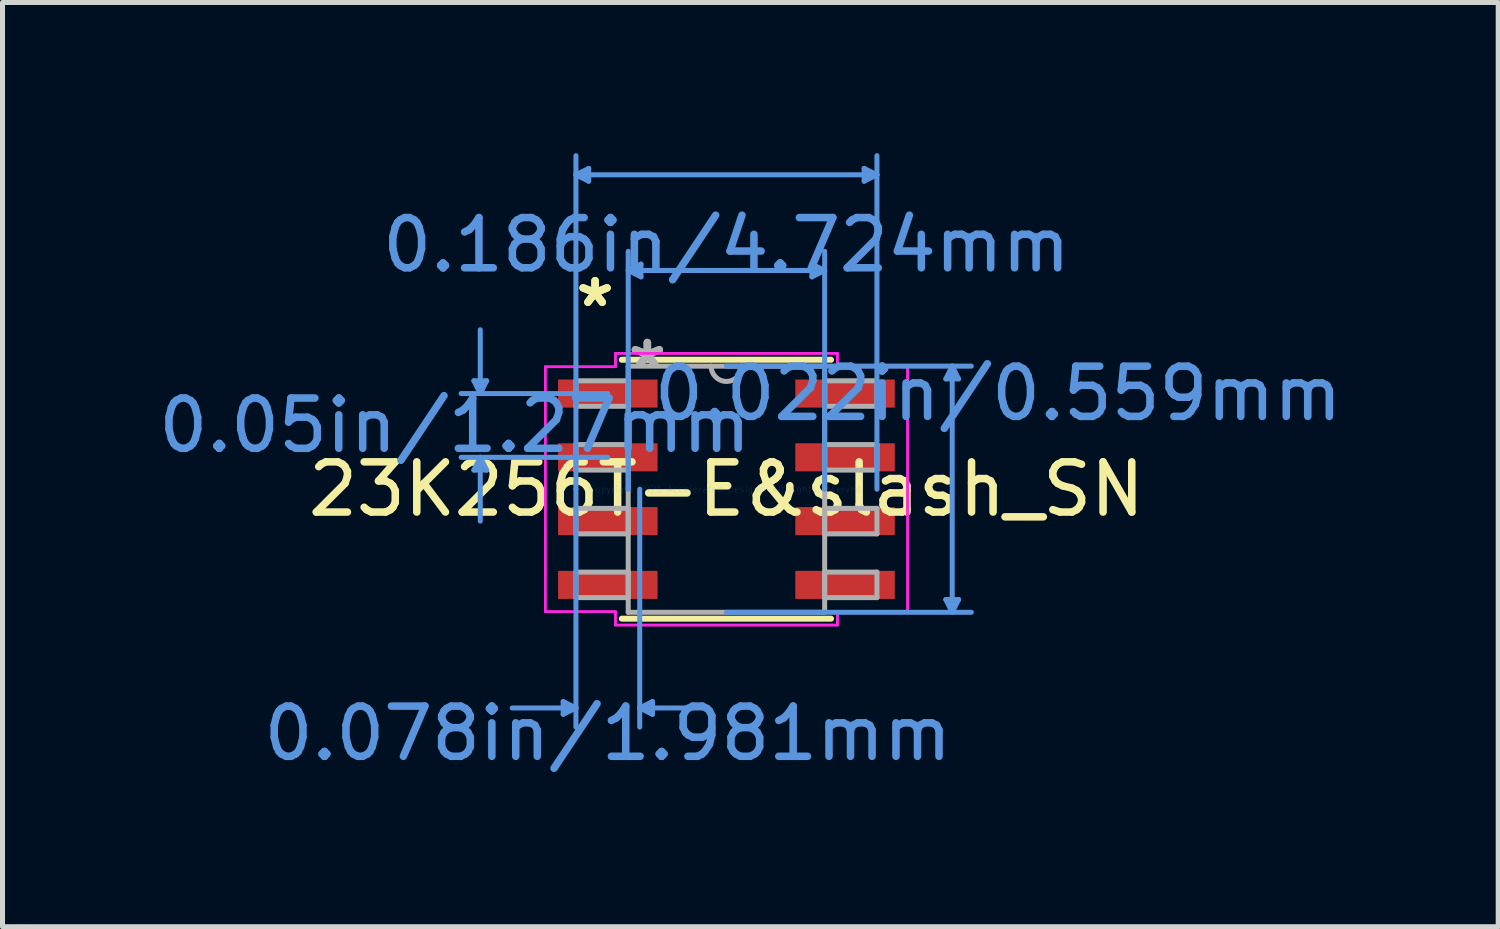
<source format=kicad_pcb>
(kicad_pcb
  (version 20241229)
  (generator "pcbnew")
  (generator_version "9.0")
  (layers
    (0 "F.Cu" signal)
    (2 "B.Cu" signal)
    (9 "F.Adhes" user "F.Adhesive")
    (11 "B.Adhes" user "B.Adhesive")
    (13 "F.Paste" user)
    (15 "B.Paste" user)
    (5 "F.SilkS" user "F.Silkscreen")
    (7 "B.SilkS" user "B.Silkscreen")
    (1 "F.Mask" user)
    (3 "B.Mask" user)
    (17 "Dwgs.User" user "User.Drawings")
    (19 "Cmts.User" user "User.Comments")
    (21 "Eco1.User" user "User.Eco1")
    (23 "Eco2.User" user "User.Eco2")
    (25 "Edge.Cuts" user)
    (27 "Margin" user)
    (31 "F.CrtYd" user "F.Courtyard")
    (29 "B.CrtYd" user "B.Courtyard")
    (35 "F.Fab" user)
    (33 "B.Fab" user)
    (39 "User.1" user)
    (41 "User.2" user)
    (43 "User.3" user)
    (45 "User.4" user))
  (footprint "23K256T-E&slash_SN"
    (layer "F.Cu")
    (at 11.416 6.692)
    (property "Reference" "23K256T-E&slash_SN" (at 0 0 0) (layer "F.SilkS") (effects (font (size 1 1) (thickness 0.15))))
    (attr through_hole)
    (fp_line (start -2.083 2.578) (end 2.083 2.578) (stroke (width 0.12) (type solid)) (layer "F.SilkS"))
    (fp_line (start 2.083 -2.578) (end -2.083 -2.578) (stroke (width 0.12) (type solid)) (layer "F.SilkS"))
    (fp_line (start -5.029 -2.159) (end -4.775 -2.159) (stroke (width 0.1) (type solid)) (layer "Cmts.User"))
    (fp_line (start -5.029 -0.381) (end -4.775 -0.381) (stroke (width 0.1) (type solid)) (layer "Cmts.User"))
    (fp_line (start -4.902 -1.905) (end -5.029 -2.159) (stroke (width 0.1) (type solid)) (layer "Cmts.User"))
    (fp_line (start -4.902 -1.905) (end -4.902 -3.175) (stroke (width 0.1) (type solid)) (layer "Cmts.User"))
    (fp_line (start -4.902 -1.905) (end -4.775 -2.159) (stroke (width 0.1) (type solid)) (layer "Cmts.User"))
    (fp_line (start -4.902 -0.635) (end -5.029 -0.381) (stroke (width 0.1) (type solid)) (layer "Cmts.User"))
    (fp_line (start -4.902 -0.635) (end -4.902 0.635) (stroke (width 0.1) (type solid)) (layer "Cmts.User"))
    (fp_line (start -4.902 -0.635) (end -4.775 -0.381) (stroke (width 0.1) (type solid)) (layer "Cmts.User"))
    (fp_line (start -3.251 4.229) (end -3.251 4.483) (stroke (width 0.1) (type solid)) (layer "Cmts.User"))
    (fp_line (start -2.997 -6.261) (end -2.743 -6.388) (stroke (width 0.1) (type solid)) (layer "Cmts.User"))
    (fp_line (start -2.997 -6.261) (end -2.743 -6.134) (stroke (width 0.1) (type solid)) (layer "Cmts.User"))
    (fp_line (start -2.997 -6.261) (end 2.997 -6.261) (stroke (width 0.1) (type solid)) (layer "Cmts.User"))
    (fp_line (start -2.997 0) (end -2.997 -6.642) (stroke (width 0.1) (type solid)) (layer "Cmts.User"))
    (fp_line (start -2.997 0) (end -2.997 4.737) (stroke (width 0.1) (type solid)) (layer "Cmts.User"))
    (fp_line (start -2.997 4.356) (end -4.267 4.356) (stroke (width 0.1) (type solid)) (layer "Cmts.User"))
    (fp_line (start -2.997 4.356) (end -3.251 4.229) (stroke (width 0.1) (type solid)) (layer "Cmts.User"))
    (fp_line (start -2.997 4.356) (end -3.251 4.483) (stroke (width 0.1) (type solid)) (layer "Cmts.User"))
    (fp_line (start -2.743 -6.388) (end -2.743 -6.134) (stroke (width 0.1) (type solid)) (layer "Cmts.User"))
    (fp_line (start -2.362 -1.905) (end -5.283 -1.905) (stroke (width 0.1) (type solid)) (layer "Cmts.User"))
    (fp_line (start -2.362 -0.635) (end -5.283 -0.635) (stroke (width 0.1) (type solid)) (layer "Cmts.User"))
    (fp_line (start -1.956 -4.356) (end -1.702 -4.483) (stroke (width 0.1) (type solid)) (layer "Cmts.User"))
    (fp_line (start -1.956 -4.356) (end -1.702 -4.229) (stroke (width 0.1) (type solid)) (layer "Cmts.User"))
    (fp_line (start -1.956 -4.356) (end 1.956 -4.356) (stroke (width 0.1) (type solid)) (layer "Cmts.User"))
    (fp_line (start -1.956 0) (end -1.956 -4.737) (stroke (width 0.1) (type solid)) (layer "Cmts.User"))
    (fp_line (start -1.727 0) (end -1.727 4.737) (stroke (width 0.1) (type solid)) (layer "Cmts.User"))
    (fp_line (start -1.727 4.356) (end -1.473 4.229) (stroke (width 0.1) (type solid)) (layer "Cmts.User"))
    (fp_line (start -1.727 4.356) (end -1.473 4.483) (stroke (width 0.1) (type solid)) (layer "Cmts.User"))
    (fp_line (start -1.727 4.356) (end -0.457 4.356) (stroke (width 0.1) (type solid)) (layer "Cmts.User"))
    (fp_line (start -1.702 -4.483) (end -1.702 -4.229) (stroke (width 0.1) (type solid)) (layer "Cmts.User"))
    (fp_line (start -1.473 4.229) (end -1.473 4.483) (stroke (width 0.1) (type solid)) (layer "Cmts.User"))
    (fp_line (start 0 -2.451) (end 4.877 -2.451) (stroke (width 0.1) (type solid)) (layer "Cmts.User"))
    (fp_line (start 0 2.451) (end 4.877 2.451) (stroke (width 0.1) (type solid)) (layer "Cmts.User"))
    (fp_line (start 1.702 -4.483) (end 1.702 -4.229) (stroke (width 0.1) (type solid)) (layer "Cmts.User"))
    (fp_line (start 1.956 -4.356) (end 1.702 -4.483) (stroke (width 0.1) (type solid)) (layer "Cmts.User"))
    (fp_line (start 1.956 -4.356) (end 1.702 -4.229) (stroke (width 0.1) (type solid)) (layer "Cmts.User"))
    (fp_line (start 1.956 0) (end 1.956 -4.737) (stroke (width 0.1) (type solid)) (layer "Cmts.User"))
    (fp_line (start 2.743 -6.388) (end 2.743 -6.134) (stroke (width 0.1) (type solid)) (layer "Cmts.User"))
    (fp_line (start 2.997 -6.261) (end 2.743 -6.388) (stroke (width 0.1) (type solid)) (layer "Cmts.User"))
    (fp_line (start 2.997 -6.261) (end 2.743 -6.134) (stroke (width 0.1) (type solid)) (layer "Cmts.User"))
    (fp_line (start 2.997 0) (end 2.997 -6.642) (stroke (width 0.1) (type solid)) (layer "Cmts.User"))
    (fp_line (start 4.369 -2.197) (end 4.623 -2.197) (stroke (width 0.1) (type solid)) (layer "Cmts.User"))
    (fp_line (start 4.369 2.197) (end 4.623 2.197) (stroke (width 0.1) (type solid)) (layer "Cmts.User"))
    (fp_line (start 4.496 -2.451) (end 4.369 -2.197) (stroke (width 0.1) (type solid)) (layer "Cmts.User"))
    (fp_line (start 4.496 -2.451) (end 4.496 2.451) (stroke (width 0.1) (type solid)) (layer "Cmts.User"))
    (fp_line (start 4.496 -2.451) (end 4.623 -2.197) (stroke (width 0.1) (type solid)) (layer "Cmts.User"))
    (fp_line (start 4.496 2.451) (end 4.369 2.197) (stroke (width 0.1) (type solid)) (layer "Cmts.User"))
    (fp_line (start 4.496 2.451) (end 4.623 2.197) (stroke (width 0.1) (type solid)) (layer "Cmts.User"))
    (fp_line (start -3.607 -2.438) (end -2.21 -2.438) (stroke (width 0.05) (type solid)) (layer "F.CrtYd"))
    (fp_line (start -3.607 -2.438) (end -2.21 -2.438) (stroke (width 0.05) (type solid)) (layer "F.CrtYd"))
    (fp_line (start -3.607 2.438) (end -3.607 -2.438) (stroke (width 0.05) (type solid)) (layer "F.CrtYd"))
    (fp_line (start -3.607 2.438) (end -3.607 -2.438) (stroke (width 0.05) (type solid)) (layer "F.CrtYd"))
    (fp_line (start -3.607 2.438) (end -2.21 2.438) (stroke (width 0.05) (type solid)) (layer "F.CrtYd"))
    (fp_line (start -2.21 -2.705) (end 2.21 -2.705) (stroke (width 0.05) (type solid)) (layer "F.CrtYd"))
    (fp_line (start -2.21 -2.705) (end 2.21 -2.705) (stroke (width 0.05) (type solid)) (layer "F.CrtYd"))
    (fp_line (start -2.21 -2.438) (end -2.21 -2.705) (stroke (width 0.05) (type solid)) (layer "F.CrtYd"))
    (fp_line (start -2.21 -2.438) (end -2.21 -2.705) (stroke (width 0.05) (type solid)) (layer "F.CrtYd"))
    (fp_line (start -2.21 2.438) (end -3.607 2.438) (stroke (width 0.05) (type solid)) (layer "F.CrtYd"))
    (fp_line (start -2.21 2.705) (end -2.21 2.438) (stroke (width 0.05) (type solid)) (layer "F.CrtYd"))
    (fp_line (start -2.21 2.705) (end -2.21 2.438) (stroke (width 0.05) (type solid)) (layer "F.CrtYd"))
    (fp_line (start 2.21 -2.705) (end 2.21 -2.438) (stroke (width 0.05) (type solid)) (layer "F.CrtYd"))
    (fp_line (start 2.21 -2.705) (end 2.21 -2.438) (stroke (width 0.05) (type solid)) (layer "F.CrtYd"))
    (fp_line (start 2.21 -2.438) (end 3.607 -2.438) (stroke (width 0.05) (type solid)) (layer "F.CrtYd"))
    (fp_line (start 2.21 2.438) (end 2.21 2.705) (stroke (width 0.05) (type solid)) (layer "F.CrtYd"))
    (fp_line (start 2.21 2.438) (end 2.21 2.705) (stroke (width 0.05) (type solid)) (layer "F.CrtYd"))
    (fp_line (start 2.21 2.705) (end -2.21 2.705) (stroke (width 0.05) (type solid)) (layer "F.CrtYd"))
    (fp_line (start 2.21 2.705) (end -2.21 2.705) (stroke (width 0.05) (type solid)) (layer "F.CrtYd"))
    (fp_line (start 3.607 -2.438) (end 2.21 -2.438) (stroke (width 0.05) (type solid)) (layer "F.CrtYd"))
    (fp_line (start 3.607 -2.438) (end 3.607 2.438) (stroke (width 0.05) (type solid)) (layer "F.CrtYd"))
    (fp_line (start 3.607 -2.438) (end 3.607 2.438) (stroke (width 0.05) (type solid)) (layer "F.CrtYd"))
    (fp_line (start 3.607 2.438) (end 2.21 2.438) (stroke (width 0.05) (type solid)) (layer "F.CrtYd"))
    (fp_line (start 3.607 2.438) (end 2.21 2.438) (stroke (width 0.05) (type solid)) (layer "F.CrtYd"))
    (fp_line (start -2.997 -2.159) (end -2.997 -1.651) (stroke (width 0.1) (type solid)) (layer "F.Fab"))
    (fp_line (start -2.997 -1.651) (end -1.956 -1.651) (stroke (width 0.1) (type solid)) (layer "F.Fab"))
    (fp_line (start -2.997 -0.889) (end -2.997 -0.381) (stroke (width 0.1) (type solid)) (layer "F.Fab"))
    (fp_line (start -2.997 -0.381) (end -1.956 -0.381) (stroke (width 0.1) (type solid)) (layer "F.Fab"))
    (fp_line (start -2.997 0.381) (end -2.997 0.889) (stroke (width 0.1) (type solid)) (layer "F.Fab"))
    (fp_line (start -2.997 0.889) (end -1.956 0.889) (stroke (width 0.1) (type solid)) (layer "F.Fab"))
    (fp_line (start -2.997 1.651) (end -2.997 2.159) (stroke (width 0.1) (type solid)) (layer "F.Fab"))
    (fp_line (start -2.997 2.159) (end -1.956 2.159) (stroke (width 0.1) (type solid)) (layer "F.Fab"))
    (fp_line (start -1.956 -2.451) (end -1.956 2.451) (stroke (width 0.1) (type solid)) (layer "F.Fab"))
    (fp_line (start -1.956 -2.159) (end -2.997 -2.159) (stroke (width 0.1) (type solid)) (layer "F.Fab"))
    (fp_line (start -1.956 -1.651) (end -1.956 -2.159) (stroke (width 0.1) (type solid)) (layer "F.Fab"))
    (fp_line (start -1.956 -0.889) (end -2.997 -0.889) (stroke (width 0.1) (type solid)) (layer "F.Fab"))
    (fp_line (start -1.956 -0.381) (end -1.956 -0.889) (stroke (width 0.1) (type solid)) (layer "F.Fab"))
    (fp_line (start -1.956 0.381) (end -2.997 0.381) (stroke (width 0.1) (type solid)) (layer "F.Fab"))
    (fp_line (start -1.956 0.889) (end -1.956 0.381) (stroke (width 0.1) (type solid)) (layer "F.Fab"))
    (fp_line (start -1.956 1.651) (end -2.997 1.651) (stroke (width 0.1) (type solid)) (layer "F.Fab"))
    (fp_line (start -1.956 2.159) (end -1.956 1.651) (stroke (width 0.1) (type solid)) (layer "F.Fab"))
    (fp_line (start -1.956 2.451) (end 1.956 2.451) (stroke (width 0.1) (type solid)) (layer "F.Fab"))
    (fp_line (start 1.956 -2.451) (end -1.956 -2.451) (stroke (width 0.1) (type solid)) (layer "F.Fab"))
    (fp_line (start 1.956 -2.159) (end 1.956 -1.651) (stroke (width 0.1) (type solid)) (layer "F.Fab"))
    (fp_line (start 1.956 -1.651) (end 2.997 -1.651) (stroke (width 0.1) (type solid)) (layer "F.Fab"))
    (fp_line (start 1.956 -0.889) (end 1.956 -0.381) (stroke (width 0.1) (type solid)) (layer "F.Fab"))
    (fp_line (start 1.956 -0.381) (end 2.997 -0.381) (stroke (width 0.1) (type solid)) (layer "F.Fab"))
    (fp_line (start 1.956 0.381) (end 1.956 0.889) (stroke (width 0.1) (type solid)) (layer "F.Fab"))
    (fp_line (start 1.956 0.889) (end 2.997 0.889) (stroke (width 0.1) (type solid)) (layer "F.Fab"))
    (fp_line (start 1.956 1.651) (end 1.956 2.159) (stroke (width 0.1) (type solid)) (layer "F.Fab"))
    (fp_line (start 1.956 2.159) (end 2.997 2.159) (stroke (width 0.1) (type solid)) (layer "F.Fab"))
    (fp_line (start 1.956 2.451) (end 1.956 -2.451) (stroke (width 0.1) (type solid)) (layer "F.Fab"))
    (fp_line (start 2.997 -2.159) (end 1.956 -2.159) (stroke (width 0.1) (type solid)) (layer "F.Fab"))
    (fp_line (start 2.997 -1.651) (end 2.997 -2.159) (stroke (width 0.1) (type solid)) (layer "F.Fab"))
    (fp_line (start 2.997 -0.889) (end 1.956 -0.889) (stroke (width 0.1) (type solid)) (layer "F.Fab"))
    (fp_line (start 2.997 -0.381) (end 2.997 -0.889) (stroke (width 0.1) (type solid)) (layer "F.Fab"))
    (fp_line (start 2.997 0.381) (end 1.956 0.381) (stroke (width 0.1) (type solid)) (layer "F.Fab"))
    (fp_line (start 2.997 0.889) (end 2.997 0.381) (stroke (width 0.1) (type solid)) (layer "F.Fab"))
    (fp_line (start 2.997 1.651) (end 1.956 1.651) (stroke (width 0.1) (type solid)) (layer "F.Fab"))
    (fp_line (start 2.997 2.159) (end 2.997 1.651) (stroke (width 0.1) (type solid)) (layer "F.Fab"))
    (fp_arc (start 0.3048 -2.4511) (mid 0 -2.1463) (end -0.3048 -2.4511) (stroke (width 0.1) (type solid)) (layer "F.Fab"))
    (fp_text user "*" (at -2.616 -3.607 0) (layer "F.SilkS") (effects (font (size 1 1) (thickness 0.15))))
    (fp_text user "*" (at -2.616 -3.607 0) (layer "F.SilkS") (effects (font (size 1 1) (thickness 0.15))))
    (fp_text user "0.05in/1.27mm" (at -5.41 -1.27 0) (layer "Cmts.User") (effects (font (size 1 1) (thickness 0.15))))
    (fp_text user "Copyright 2021 Accelerated Designs. All rights reserved." (at 0 0 0) (layer "Cmts.User") (effects (font (size 0.127 0.127) (thickness 0.002))))
    (fp_text user "0.078in/1.981mm" (at -2.362 4.864 0) (layer "Cmts.User") (effects (font (size 1 1) (thickness 0.15))))
    (fp_text user "0.186in/4.724mm" (at 0 -4.864 0) (layer "Cmts.User") (effects (font (size 1 1) (thickness 0.15))))
    (fp_text user "0.022in/0.559mm" (at 5.41 -1.905 0) (layer "Cmts.User") (effects (font (size 1 1) (thickness 0.15))))
    (fp_text user "*" (at -1.575 -2.375 0) (layer "F.Fab") (effects (font (size 1 1) (thickness 0.15))))
    (fp_text user "*" (at -1.575 -2.375 0) (layer "F.Fab") (effects (font (size 1 1) (thickness 0.15))))
    (pad "1" smd rect (at -2.362 -1.905) (size 1.981 0.559) (layers "F.Cu" "F.Mask" "F.Paste"))
    (pad "2" smd rect (at -2.362 -0.635) (size 1.981 0.559) (layers "F.Cu" "F.Mask" "F.Paste"))
    (pad "3" smd rect (at -2.362 0.635) (size 1.981 0.559) (layers "F.Cu" "F.Mask" "F.Paste"))
    (pad "4" smd rect (at -2.362 1.905) (size 1.981 0.559) (layers "F.Cu" "F.Mask" "F.Paste"))
    (pad "5" smd rect (at 2.362 1.905) (size 1.981 0.559) (layers "F.Cu" "F.Mask" "F.Paste"))
    (pad "6" smd rect (at 2.362 0.635) (size 1.981 0.559) (layers "F.Cu" "F.Mask" "F.Paste"))
    (pad "7" smd rect (at 2.362 -0.635) (size 1.981 0.559) (layers "F.Cu" "F.Mask" "F.Paste"))
    (pad "8" smd rect (at 2.362 -1.905) (size 1.981 0.559) (layers "F.Cu" "F.Mask" "F.Paste")))
  (gr_rect
    (start -3 -3)
    (end 26.785 15.404)
    (stroke (width 0.1) (type default))
    (fill no)
    (layer "Edge.Cuts")))
</source>
